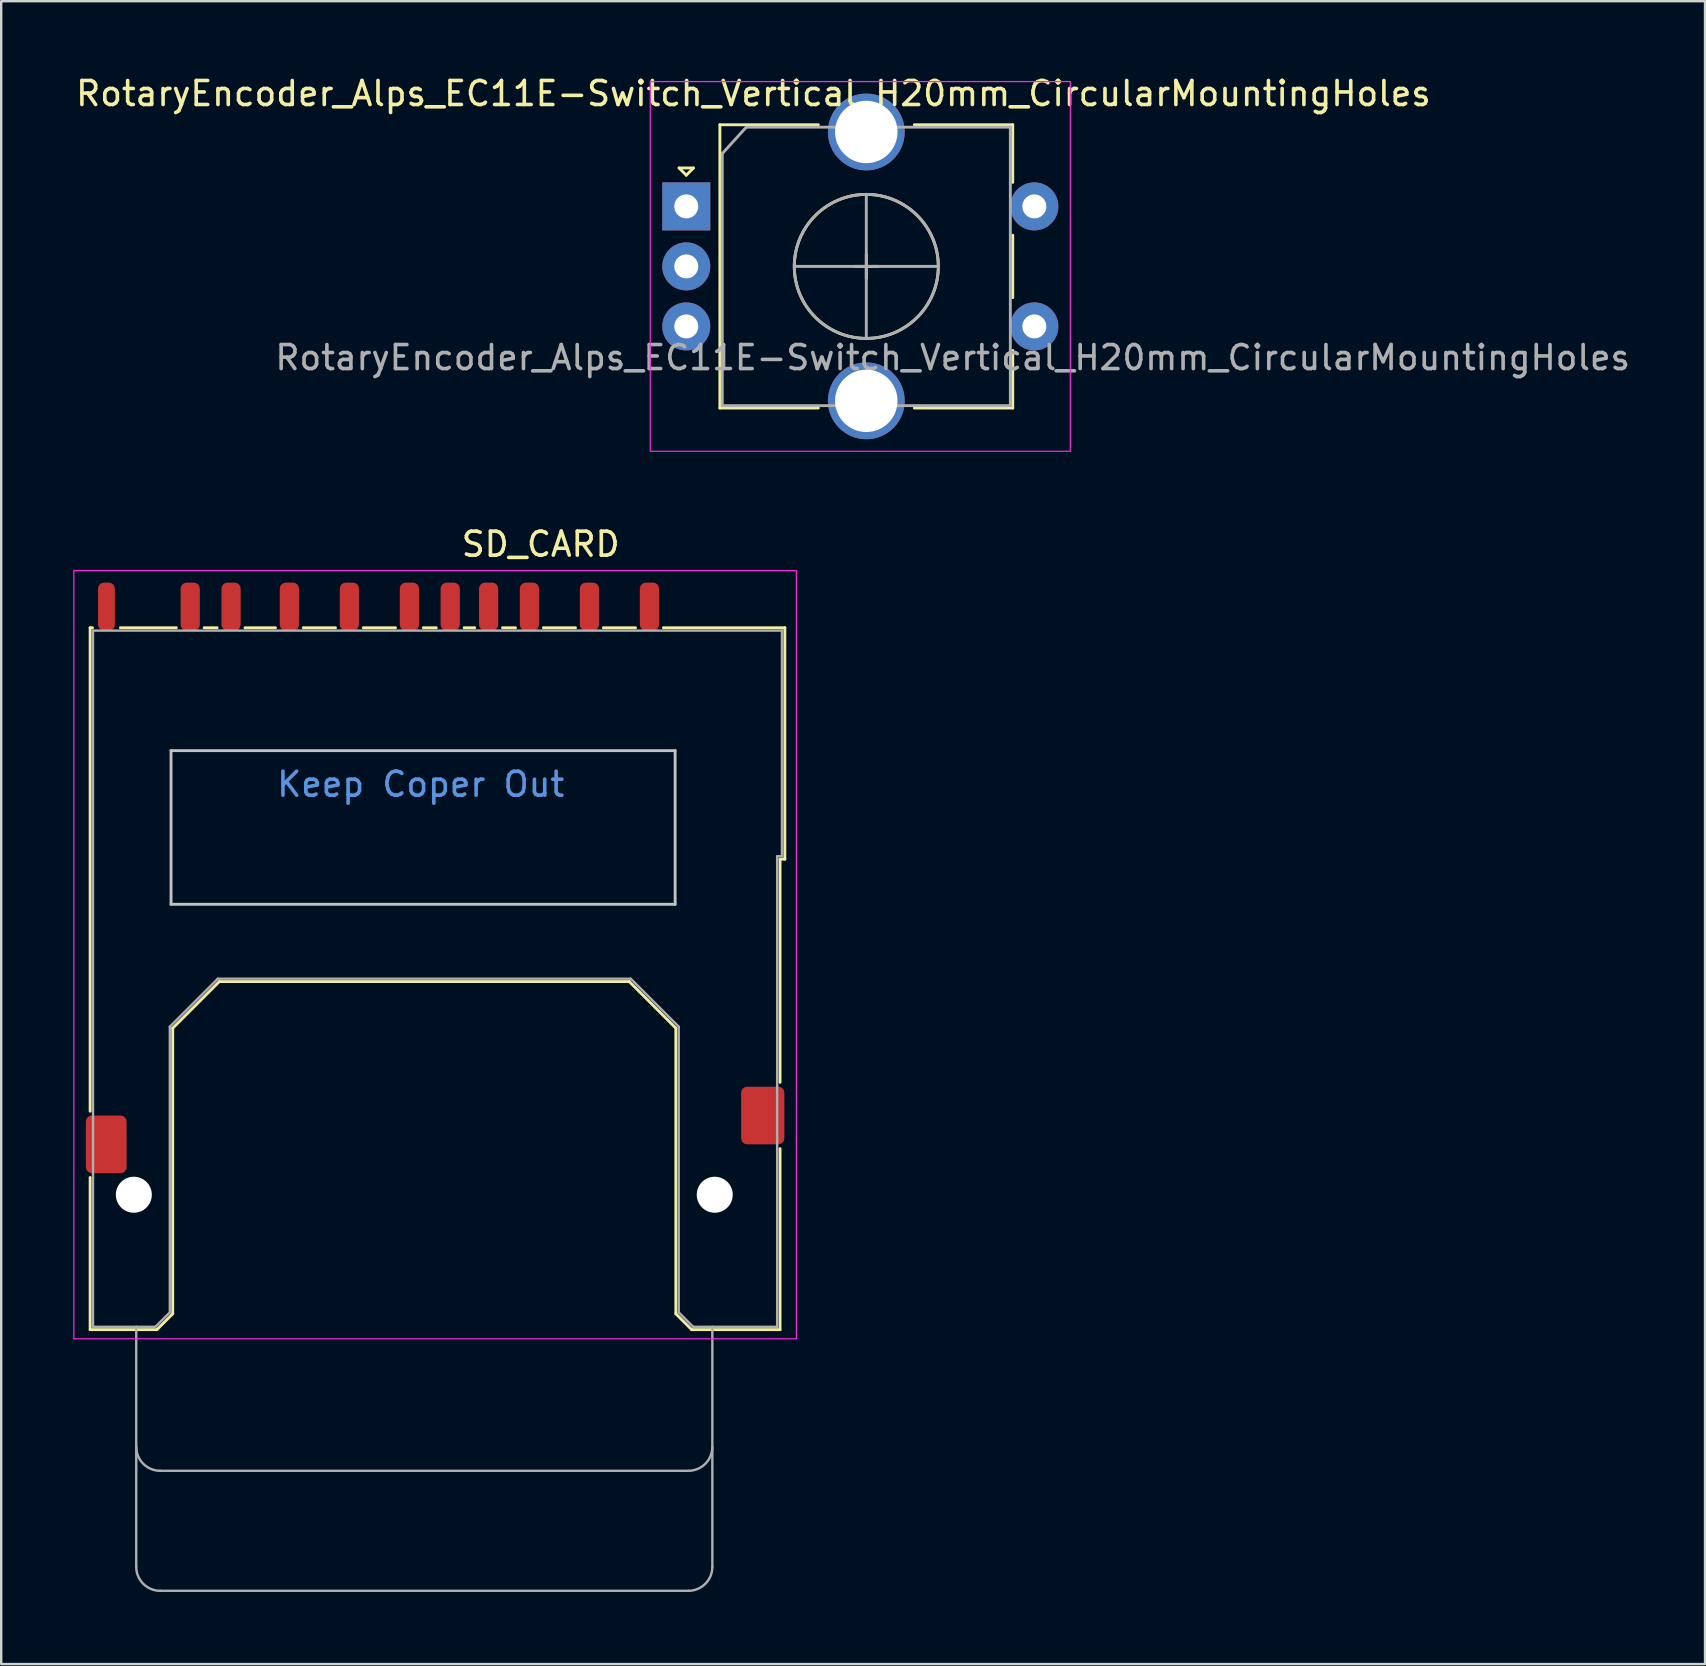
<source format=kicad_pcb>
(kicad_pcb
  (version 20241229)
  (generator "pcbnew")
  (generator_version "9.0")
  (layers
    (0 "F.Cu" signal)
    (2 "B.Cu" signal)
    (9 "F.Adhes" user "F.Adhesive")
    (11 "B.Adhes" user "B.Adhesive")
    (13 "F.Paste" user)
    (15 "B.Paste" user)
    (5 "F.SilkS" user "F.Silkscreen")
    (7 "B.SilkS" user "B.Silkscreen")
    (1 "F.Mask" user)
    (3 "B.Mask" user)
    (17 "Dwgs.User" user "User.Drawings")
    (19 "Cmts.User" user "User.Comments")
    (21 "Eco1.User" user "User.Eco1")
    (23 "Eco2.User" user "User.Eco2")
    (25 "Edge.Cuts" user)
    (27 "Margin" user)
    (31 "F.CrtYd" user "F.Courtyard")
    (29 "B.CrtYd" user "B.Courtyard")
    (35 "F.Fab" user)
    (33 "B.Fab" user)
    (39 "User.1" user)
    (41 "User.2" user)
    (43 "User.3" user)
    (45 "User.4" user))
  (footprint "SD_CARD"
    (layer "F.Cu")
    (at 21.475 22.221)
    (property "Reference" "SD_CARD" (at -2 -2.6 0) (layer "F.SilkS") (effects (font (size 1 1) (thickness 0.15))))
    (attr through_hole)
    (fp_line (start -20.77 0.88) (end -20.77 21.02) (stroke (width 0.12) (type solid)) (layer "F.SilkS"))
    (fp_line (start -20.77 23.78) (end -20.77 30.12) (stroke (width 0.12) (type solid)) (layer "F.SilkS"))
    (fp_line (start -20.77 30.12) (end -17.99 30.12) (stroke (width 0.12) (type solid)) (layer "F.SilkS"))
    (fp_line (start -20.67 0.88) (end -20.77 0.88) (stroke (width 0.12) (type solid)) (layer "F.SilkS"))
    (fp_line (start -17.33 29.46) (end -17.99 30.12) (stroke (width 0.12) (type solid)) (layer "F.SilkS"))
    (fp_line (start -17.33 29.46) (end -17.33 17.56) (stroke (width 0.12) (type solid)) (layer "F.SilkS"))
    (fp_line (start -17.18 0.88) (end -19.51 0.88) (stroke (width 0.12) (type solid)) (layer "F.SilkS"))
    (fp_line (start -15.48 0.88) (end -16.02 0.88) (stroke (width 0.12) (type solid)) (layer "F.SilkS"))
    (fp_line (start -15.39 15.62) (end -17.33 17.56) (stroke (width 0.12) (type solid)) (layer "F.SilkS"))
    (fp_line (start -15.39 15.62) (end 1.69 15.62) (stroke (width 0.12) (type solid)) (layer "F.SilkS"))
    (fp_line (start -13.05 0.88) (end -14.32 0.88) (stroke (width 0.12) (type solid)) (layer "F.SilkS"))
    (fp_line (start -10.55 0.88) (end -11.89 0.88) (stroke (width 0.12) (type solid)) (layer "F.SilkS"))
    (fp_line (start -8.05 0.88) (end -9.39 0.88) (stroke (width 0.12) (type solid)) (layer "F.SilkS"))
    (fp_line (start -6.35 0.88) (end -6.89 0.88) (stroke (width 0.12) (type solid)) (layer "F.SilkS"))
    (fp_line (start -4.75 0.88) (end -5.19 0.88) (stroke (width 0.12) (type solid)) (layer "F.SilkS"))
    (fp_line (start -3.05 0.88) (end -3.59 0.88) (stroke (width 0.12) (type solid)) (layer "F.SilkS"))
    (fp_line (start -0.55 0.88) (end -1.89 0.88) (stroke (width 0.12) (type solid)) (layer "F.SilkS"))
    (fp_line (start 1.69 15.62) (end 3.63 17.56) (stroke (width 0.12) (type solid)) (layer "F.SilkS"))
    (fp_line (start 1.95 0.88) (end 0.61 0.88) (stroke (width 0.12) (type solid)) (layer "F.SilkS"))
    (fp_line (start 3.63 29.46) (end 3.63 17.56) (stroke (width 0.12) (type solid)) (layer "F.SilkS"))
    (fp_line (start 3.63 29.46) (end 4.29 30.12) (stroke (width 0.12) (type solid)) (layer "F.SilkS"))
    (fp_line (start 7.97 10.52) (end 7.97 19.82) (stroke (width 0.12) (type solid)) (layer "F.SilkS"))
    (fp_line (start 7.97 10.52) (end 8.17 10.52) (stroke (width 0.12) (type solid)) (layer "F.SilkS"))
    (fp_line (start 7.97 22.58) (end 7.97 30.12) (stroke (width 0.12) (type solid)) (layer "F.SilkS"))
    (fp_line (start 7.97 30.12) (end 4.29 30.12) (stroke (width 0.12) (type solid)) (layer "F.SilkS"))
    (fp_line (start 8.17 0.88) (end 3.11 0.88) (stroke (width 0.12) (type solid)) (layer "F.SilkS"))
    (fp_line (start 8.17 10.52) (end 8.17 0.88) (stroke (width 0.12) (type solid)) (layer "F.SilkS"))
    (fp_line (start -17.4 6) (end 3.6 6) (stroke (width 0.12) (type solid)) (layer "Dwgs.User"))
    (fp_line (start -17.4 12.4) (end -17.4 6) (stroke (width 0.12) (type solid)) (layer "Dwgs.User"))
    (fp_line (start 3.6 6) (end 3.6 12.4) (stroke (width 0.12) (type solid)) (layer "Dwgs.User"))
    (fp_line (start 3.6 12.4) (end -17.4 12.4) (stroke (width 0.12) (type solid)) (layer "Dwgs.User"))
    (fp_line (start -21.45 -1.5) (end 8.65 -1.5) (stroke (width 0.05) (type solid)) (layer "F.CrtYd"))
    (fp_line (start -21.45 30.5) (end -21.45 -1.5) (stroke (width 0.05) (type solid)) (layer "F.CrtYd"))
    (fp_line (start 8.65 -1.5) (end 8.65 30.5) (stroke (width 0.05) (type solid)) (layer "F.CrtYd"))
    (fp_line (start 8.65 30.5) (end -21.45 30.5) (stroke (width 0.05) (type solid)) (layer "F.CrtYd"))
    (fp_line (start -20.65 1) (end -20.65 30) (stroke (width 0.1) (type solid)) (layer "F.Fab"))
    (fp_line (start -20.65 30) (end -18.05 30) (stroke (width 0.1) (type solid)) (layer "F.Fab"))
    (fp_line (start -18.85 30) (end -18.85 40) (stroke (width 0.1) (type solid)) (layer "F.Fab"))
    (fp_line (start -17.85 36) (end 4.15 36) (stroke (width 0.1) (type solid)) (layer "F.Fab"))
    (fp_line (start -17.85 41) (end 4.15 41) (stroke (width 0.1) (type solid)) (layer "F.Fab"))
    (fp_line (start -17.45 29.4) (end -18.05 30) (stroke (width 0.1) (type solid)) (layer "F.Fab"))
    (fp_line (start -17.45 29.4) (end -17.45 17.5) (stroke (width 0.1) (type solid)) (layer "F.Fab"))
    (fp_line (start -15.45 15.5) (end -17.45 17.5) (stroke (width 0.1) (type solid)) (layer "F.Fab"))
    (fp_line (start -15.45 15.5) (end 1.75 15.5) (stroke (width 0.1) (type solid)) (layer "F.Fab"))
    (fp_line (start 3.75 17.5) (end 1.75 15.5) (stroke (width 0.1) (type solid)) (layer "F.Fab"))
    (fp_line (start 3.75 17.5) (end 3.75 29.4) (stroke (width 0.1) (type solid)) (layer "F.Fab"))
    (fp_line (start 4.35 30) (end 3.75 29.4) (stroke (width 0.1) (type solid)) (layer "F.Fab"))
    (fp_line (start 4.35 30) (end 7.85 30) (stroke (width 0.1) (type solid)) (layer "F.Fab"))
    (fp_line (start 5.15 40) (end 5.15 30) (stroke (width 0.1) (type solid)) (layer "F.Fab"))
    (fp_line (start 7.85 10.4) (end 8.05 10.4) (stroke (width 0.1) (type solid)) (layer "F.Fab"))
    (fp_line (start 7.85 30) (end 7.85 10.4) (stroke (width 0.1) (type solid)) (layer "F.Fab"))
    (fp_line (start 8.05 1) (end -20.65 1) (stroke (width 0.1) (type solid)) (layer "F.Fab"))
    (fp_line (start 8.05 10.4) (end 8.05 1) (stroke (width 0.1) (type solid)) (layer "F.Fab"))
    (fp_arc (start -17.85 36) (mid -18.557107 35.707107) (end -18.85 35) (stroke (width 0.1) (type solid)) (layer "F.Fab"))
    (fp_arc (start -17.85 41) (mid -18.557107 40.707107) (end -18.85 40) (stroke (width 0.1) (type solid)) (layer "F.Fab"))
    (fp_arc (start 5.15 35) (mid 4.857107 35.707107) (end 4.15 36) (stroke (width 0.1) (type solid)) (layer "F.Fab"))
    (fp_arc (start 5.15 40) (mid 4.857107 40.707107) (end 4.15 41) (stroke (width 0.1) (type solid)) (layer "F.Fab"))
    (fp_text user "Keep Coper Out" (at -7 7.4 0) (layer "Cmts.User") (effects (font (size 1 1) (thickness 0.15))))
    (pad "" np_thru_hole circle (at -18.95 24.5 180) (size 1.5 1.5) (drill 1.5) (layers "*.Cu" "*.Mask"))
    (pad "" np_thru_hole circle (at 5.25 24.5 180) (size 1.5 1.5) (drill 1.5) (layers "*.Cu" "*.Mask"))
    (pad "1" smd roundrect (at 0.03 0 180) (size 0.8 2) (layers "F.Cu" "F.Mask" "F.Paste") (roundrect_rratio 0.313))
    (pad "2" smd roundrect (at -2.47 0 180) (size 0.8 2) (layers "F.Cu" "F.Mask" "F.Paste") (roundrect_rratio 0.313))
    (pad "3" smd roundrect (at -5.77 0 180) (size 0.8 2) (layers "F.Cu" "F.Mask" "F.Paste") (roundrect_rratio 0.313))
    (pad "4" smd roundrect (at -7.47 0 180) (size 0.8 2) (layers "F.Cu" "F.Mask" "F.Paste") (roundrect_rratio 0.313))
    (pad "5" smd roundrect (at -9.97 0 180) (size 0.8 2) (layers "F.Cu" "F.Mask" "F.Paste") (roundrect_rratio 0.313))
    (pad "6" smd roundrect (at -12.47 0 180) (size 0.8 2) (layers "F.Cu" "F.Mask" "F.Paste") (roundrect_rratio 0.313))
    (pad "7" smd roundrect (at -14.9 0 180) (size 0.8 2) (layers "F.Cu" "F.Mask" "F.Paste") (roundrect_rratio 0.313))
    (pad "8" smd roundrect (at -16.6 0 180) (size 0.8 2) (layers "F.Cu" "F.Mask" "F.Paste") (roundrect_rratio 0.313))
    (pad "9" smd roundrect (at 2.53 0 180) (size 0.8 2) (layers "F.Cu" "F.Mask" "F.Paste") (roundrect_rratio 0.313))
    (pad "10" smd roundrect (at -4.17 0 180) (size 0.8 2) (layers "F.Cu" "F.Mask" "F.Paste") (roundrect_rratio 0.313))
    (pad "11" smd roundrect (at -20.09 0 180) (size 0.7 2) (layers "F.Cu" "F.Mask" "F.Paste") (roundrect_rratio 0.357))
    (pad "12" smd roundrect (at -20.1 22.4 180) (size 1.7 2.4) (layers "F.Cu" "F.Mask" "F.Paste") (roundrect_rratio 0.147))
    (pad "13" smd roundrect (at 7.25 21.2 180) (size 1.8 2.4) (layers "F.Cu" "F.Mask" "F.Paste") (roundrect_rratio 0.139)))
  (footprint "RotaryEncoder_Alps_EC11E-Switch_Vertical_H20mm_CircularMountingHoles"
    (layer "F.Cu")
    (at 25.539 5.548)
    (property "Reference" "RotaryEncoder_Alps_EC11E-Switch_Vertical_H20mm_CircularMountingHoles" (at 2.8 -4.7 0) (layer "F.SilkS") (effects (font (size 1 1) (thickness 0.15))))
    (attr through_hole)
    (fp_line (start -0.3 -1.6) (end 0.3 -1.6) (stroke (width 0.12) (type solid)) (layer "F.SilkS"))
    (fp_line (start 0 -1.3) (end -0.3 -1.6) (stroke (width 0.12) (type solid)) (layer "F.SilkS"))
    (fp_line (start 0.3 -1.6) (end 0 -1.3) (stroke (width 0.12) (type solid)) (layer "F.SilkS"))
    (fp_line (start 1.4 -3.4) (end 1.4 8.4) (stroke (width 0.12) (type solid)) (layer "F.SilkS"))
    (fp_line (start 5.5 -3.4) (end 1.4 -3.4) (stroke (width 0.12) (type solid)) (layer "F.SilkS"))
    (fp_line (start 5.5 8.4) (end 1.4 8.4) (stroke (width 0.12) (type solid)) (layer "F.SilkS"))
    (fp_line (start 7 2.5) (end 8 2.5) (stroke (width 0.12) (type solid)) (layer "F.SilkS"))
    (fp_line (start 7.5 2) (end 7.5 3) (stroke (width 0.12) (type solid)) (layer "F.SilkS"))
    (fp_line (start 9.5 -3.4) (end 13.6 -3.4) (stroke (width 0.12) (type solid)) (layer "F.SilkS"))
    (fp_line (start 13.6 -3.4) (end 13.6 -1) (stroke (width 0.12) (type solid)) (layer "F.SilkS"))
    (fp_line (start 13.6 1.2) (end 13.6 3.8) (stroke (width 0.12) (type solid)) (layer "F.SilkS"))
    (fp_line (start 13.6 6) (end 13.6 8.4) (stroke (width 0.12) (type solid)) (layer "F.SilkS"))
    (fp_line (start 13.6 8.4) (end 9.5 8.4) (stroke (width 0.12) (type solid)) (layer "F.SilkS"))
    (fp_circle (center 7.5 2.5) (end 10.5 2.5) (stroke (width 0.12) (type solid)) (fill no) (layer "F.SilkS"))
    (fp_line (start -1.5 -5.2) (end -1.5 10.2) (stroke (width 0.05) (type solid)) (layer "F.CrtYd"))
    (fp_line (start -1.5 -5.2) (end 16 -5.2) (stroke (width 0.05) (type solid)) (layer "F.CrtYd"))
    (fp_line (start 16 10.2) (end -1.5 10.2) (stroke (width 0.05) (type solid)) (layer "F.CrtYd"))
    (fp_line (start 16 10.2) (end 16 -5.2) (stroke (width 0.05) (type solid)) (layer "F.CrtYd"))
    (fp_line (start 1.5 -2.2) (end 2.5 -3.3) (stroke (width 0.12) (type solid)) (layer "F.Fab"))
    (fp_line (start 1.5 8.3) (end 1.5 -2.2) (stroke (width 0.12) (type solid)) (layer "F.Fab"))
    (fp_line (start 2.5 -3.3) (end 13.5 -3.3) (stroke (width 0.12) (type solid)) (layer "F.Fab"))
    (fp_line (start 4.5 2.5) (end 10.5 2.5) (stroke (width 0.12) (type solid)) (layer "F.Fab"))
    (fp_line (start 7.5 -0.5) (end 7.5 5.5) (stroke (width 0.12) (type solid)) (layer "F.Fab"))
    (fp_line (start 13.5 -3.3) (end 13.5 8.3) (stroke (width 0.12) (type solid)) (layer "F.Fab"))
    (fp_line (start 13.5 8.3) (end 1.5 8.3) (stroke (width 0.12) (type solid)) (layer "F.Fab"))
    (fp_circle (center 7.5 2.5) (end 10.5 2.5) (stroke (width 0.12) (type solid)) (fill no) (layer "F.Fab"))
    (fp_text user "${REFERENCE}" (at 11.1 6.3 0) (layer "F.Fab") (effects (font (size 1 1) (thickness 0.15))))
    (pad "A" thru_hole rect (at 0 0) (size 2 2) (drill 1) (layers "*.Cu" "*.Mask"))
    (pad "B" thru_hole circle (at 0 5) (size 2 2) (drill 1) (layers "*.Cu" "*.Mask"))
    (pad "C" thru_hole circle (at 0 2.5) (size 2 2) (drill 1) (layers "*.Cu" "*.Mask"))
    (pad "MP" thru_hole circle (at 7.5 -3.1) (size 3.2 3.2) (drill 2.6) (layers "*.Cu" "*.Mask"))
    (pad "MP" thru_hole circle (at 7.5 8.1) (size 3.2 3.2) (drill 2.6) (layers "*.Cu" "*.Mask"))
    (pad "S1" thru_hole circle (at 14.5 5) (size 2 2) (drill 1) (layers "*.Cu" "*.Mask"))
    (pad "S2" thru_hole circle (at 14.5 0) (size 2 2) (drill 1) (layers "*.Cu" "*.Mask")))
  (gr_rect
    (start -3 -3)
    (end 67.979 66.272)
    (stroke (width 0.1) (type default))
    (fill no)
    (layer "Edge.Cuts")))
</source>
